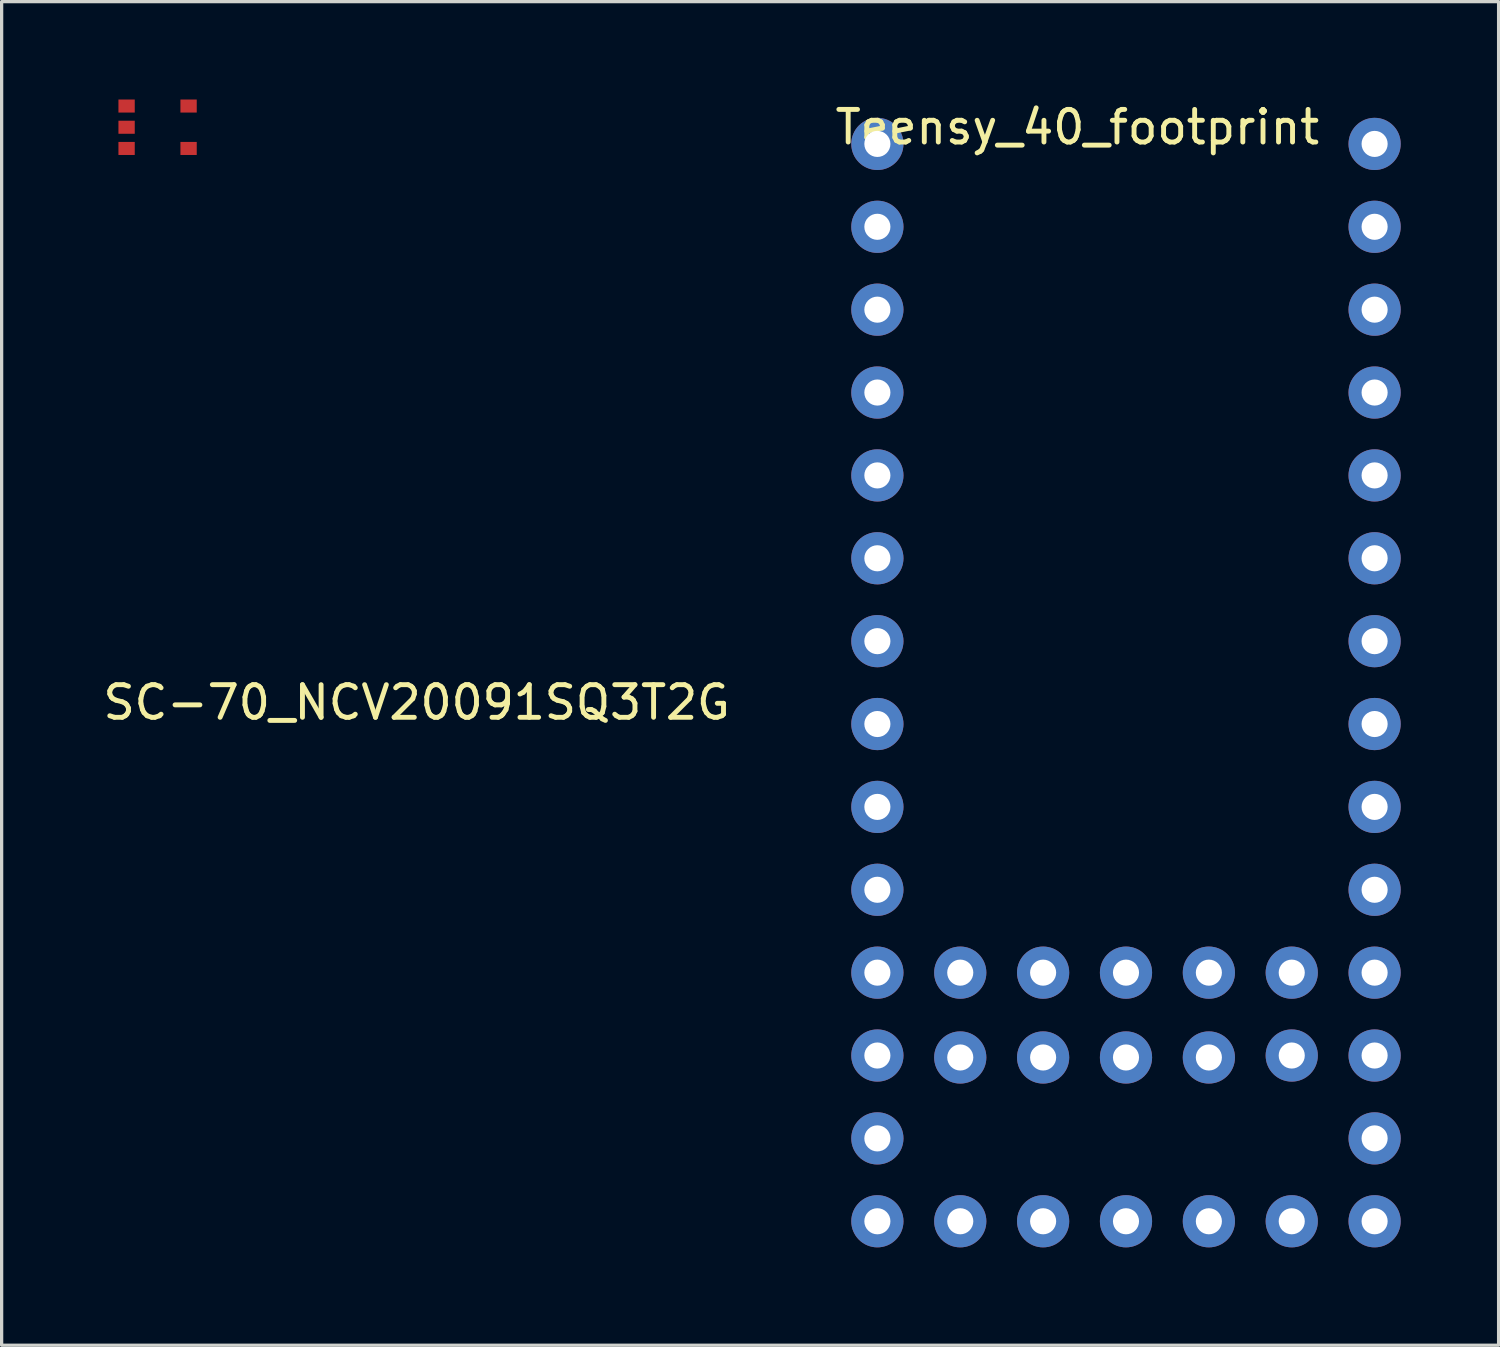
<source format=kicad_pcb>
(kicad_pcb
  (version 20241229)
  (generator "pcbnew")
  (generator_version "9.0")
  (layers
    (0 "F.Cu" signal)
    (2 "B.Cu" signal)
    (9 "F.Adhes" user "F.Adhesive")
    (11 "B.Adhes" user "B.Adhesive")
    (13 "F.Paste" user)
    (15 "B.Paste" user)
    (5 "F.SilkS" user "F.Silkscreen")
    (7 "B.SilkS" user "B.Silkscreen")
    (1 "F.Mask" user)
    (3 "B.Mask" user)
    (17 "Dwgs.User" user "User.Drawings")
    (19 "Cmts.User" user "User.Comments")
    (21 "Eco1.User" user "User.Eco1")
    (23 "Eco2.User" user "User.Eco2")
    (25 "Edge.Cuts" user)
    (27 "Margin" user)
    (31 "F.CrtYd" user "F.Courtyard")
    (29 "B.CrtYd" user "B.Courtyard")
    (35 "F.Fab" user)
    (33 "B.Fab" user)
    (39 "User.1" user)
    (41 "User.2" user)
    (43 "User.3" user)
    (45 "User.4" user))
  (footprint "Teensy_40_footprint"
    (layer "F.Cu")
    (at 23.841 1.361)
    (property "Reference" "Teensy_40_footprint" (at 6.129 -0.513 0) (layer "F.SilkS") (effects (font (size 1 1) (thickness 0.15))))
    (attr through_hole)
    (pad "1" thru_hole circle (at 0 0) (size 1.6 1.6) (drill 0.8) (layers "*.Cu" "*.Mask"))
    (pad "2" thru_hole circle (at 15.24 0) (size 1.6 1.6) (drill 0.8) (layers "*.Cu" "*.Mask"))
    (pad "3" thru_hole circle (at 0 2.54) (size 1.6 1.6) (drill 0.8) (layers "*.Cu" "*.Mask"))
    (pad "4" thru_hole circle (at 15.24 2.54) (size 1.6 1.6) (drill 0.8) (layers "*.Cu" "*.Mask"))
    (pad "5" thru_hole circle (at 0 5.08) (size 1.6 1.6) (drill 0.8) (layers "*.Cu" "*.Mask"))
    (pad "6" thru_hole circle (at 15.24 5.08) (size 1.6 1.6) (drill 0.8) (layers "*.Cu" "*.Mask"))
    (pad "7" thru_hole circle (at 0 7.62) (size 1.6 1.6) (drill 0.8) (layers "*.Cu" "*.Mask"))
    (pad "8" thru_hole circle (at 15.24 7.62) (size 1.6 1.6) (drill 0.8) (layers "*.Cu" "*.Mask"))
    (pad "9" thru_hole circle (at 0 10.16) (size 1.6 1.6) (drill 0.8) (layers "*.Cu" "*.Mask"))
    (pad "10" thru_hole circle (at 15.24 10.16) (size 1.6 1.6) (drill 0.8) (layers "*.Cu" "*.Mask"))
    (pad "11" thru_hole circle (at 0 12.7) (size 1.6 1.6) (drill 0.8) (layers "*.Cu" "*.Mask"))
    (pad "12" thru_hole circle (at 15.24 12.7) (size 1.6 1.6) (drill 0.8) (layers "*.Cu" "*.Mask"))
    (pad "13" thru_hole circle (at 0 15.24) (size 1.6 1.6) (drill 0.8) (layers "*.Cu" "*.Mask"))
    (pad "14" thru_hole circle (at 15.24 15.24) (size 1.6 1.6) (drill 0.8) (layers "*.Cu" "*.Mask"))
    (pad "15" thru_hole circle (at 0 17.78) (size 1.6 1.6) (drill 0.8) (layers "*.Cu" "*.Mask"))
    (pad "16" thru_hole circle (at 15.24 17.78) (size 1.6 1.6) (drill 0.8) (layers "*.Cu" "*.Mask"))
    (pad "17" thru_hole circle (at 0 20.32) (size 1.6 1.6) (drill 0.8) (layers "*.Cu" "*.Mask"))
    (pad "18" thru_hole circle (at 15.24 20.32) (size 1.6 1.6) (drill 0.8) (layers "*.Cu" "*.Mask"))
    (pad "19" thru_hole circle (at 0 22.86) (size 1.6 1.6) (drill 0.8) (layers "*.Cu" "*.Mask"))
    (pad "20" thru_hole circle (at 15.24 22.86) (size 1.6 1.6) (drill 0.8) (layers "*.Cu" "*.Mask"))
    (pad "21" thru_hole circle (at 0 25.4) (size 1.6 1.6) (drill 0.8) (layers "*.Cu" "*.Mask"))
    (pad "22" thru_hole circle (at 15.24 25.4) (size 1.6 1.6) (drill 0.8) (layers "*.Cu" "*.Mask"))
    (pad "23" thru_hole circle (at 0 27.94) (size 1.6 1.6) (drill 0.8) (layers "*.Cu" "*.Mask"))
    (pad "24" thru_hole circle (at 15.24 27.94) (size 1.6 1.6) (drill 0.8) (layers "*.Cu" "*.Mask"))
    (pad "25" thru_hole circle (at 0 30.48) (size 1.6 1.6) (drill 0.8) (layers "*.Cu" "*.Mask"))
    (pad "26" thru_hole circle (at 15.24 30.48) (size 1.6 1.6) (drill 0.8) (layers "*.Cu" "*.Mask"))
    (pad "27" thru_hole circle (at 0 33.02) (size 1.6 1.6) (drill 0.8) (layers "*.Cu" "*.Mask"))
    (pad "28" thru_hole circle (at 15.24 33.02) (size 1.6 1.6) (drill 0.8) (layers "*.Cu" "*.Mask"))
    (pad "29" thru_hole circle (at 2.54 33.02) (size 1.6 1.6) (drill 0.8) (layers "*.Cu" "*.Mask"))
    (pad "30" thru_hole circle (at 5.08 33.02) (size 1.6 1.6) (drill 0.8) (layers "*.Cu" "*.Mask"))
    (pad "31" thru_hole circle (at 7.62 33.02) (size 1.6 1.6) (drill 0.8) (layers "*.Cu" "*.Mask"))
    (pad "32" thru_hole circle (at 10.16 33.02) (size 1.6 1.6) (drill 0.8) (layers "*.Cu" "*.Mask"))
    (pad "33" thru_hole circle (at 12.7 33.02) (size 1.6 1.6) (drill 0.8) (layers "*.Cu" "*.Mask"))
    (pad "34" thru_hole circle (at 2.54 28) (size 1.6 1.6) (drill 0.8) (layers "*.Cu" "*.Mask"))
    (pad "35" thru_hole circle (at 5.08 28) (size 1.6 1.6) (drill 0.8) (layers "*.Cu" "*.Mask"))
    (pad "36" thru_hole circle (at 7.62 28) (size 1.6 1.6) (drill 0.8) (layers "*.Cu" "*.Mask"))
    (pad "37" thru_hole circle (at 10.16 28) (size 1.6 1.6) (drill 0.8) (layers "*.Cu" "*.Mask"))
    (pad "38" thru_hole circle (at 12.7 27.94) (size 1.6 1.6) (drill 0.8) (layers "*.Cu" "*.Mask"))
    (pad "39" thru_hole circle (at 2.54 25.4) (size 1.6 1.6) (drill 0.8) (layers "*.Cu" "*.Mask"))
    (pad "40" thru_hole circle (at 5.08 25.4) (size 1.6 1.6) (drill 0.8) (layers "*.Cu" "*.Mask"))
    (pad "41" thru_hole circle (at 7.62 25.4) (size 1.6 1.6) (drill 0.8) (layers "*.Cu" "*.Mask"))
    (pad "42" thru_hole circle (at 10.16 25.4) (size 1.6 1.6) (drill 0.8) (layers "*.Cu" "*.Mask"))
    (pad "43" thru_hole circle (at 12.7 25.4) (size 1.6 1.6) (drill 0.8) (layers "*.Cu" "*.Mask")))
  (footprint "SC−70_NCV20091SQ3T2G"
    (layer "F.Cu")
    (at 9.72 17.98)
    (property "Reference" "SC−70_NCV20091SQ3T2G" (at 0 0.5 0) (layer "F.SilkS") (effects (font (size 1 1) (thickness 0.15))))
    (attr through_hole)
    (pad "1" smd rect (at -8.89 -17.78) (size 0.5 0.4) (layers "F.Cu" "F.Mask" "F.Paste"))
    (pad "2" smd rect (at -8.89 -17.13) (size 0.5 0.4) (layers "F.Cu" "F.Mask" "F.Paste"))
    (pad "3" smd rect (at -8.89 -16.48) (size 0.5 0.4) (layers "F.Cu" "F.Mask" "F.Paste"))
    (pad "4" smd rect (at -6.99 -16.48) (size 0.5 0.4) (layers "F.Cu" "F.Mask" "F.Paste"))
    (pad "5" smd rect (at -6.99 -17.78) (size 0.5 0.4) (layers "F.Cu" "F.Mask" "F.Paste")))
  (gr_rect
    (start -3 -3)
    (end 42.881 38.181)
    (stroke (width 0.1) (type default))
    (fill no)
    (layer "Edge.Cuts")))
</source>
